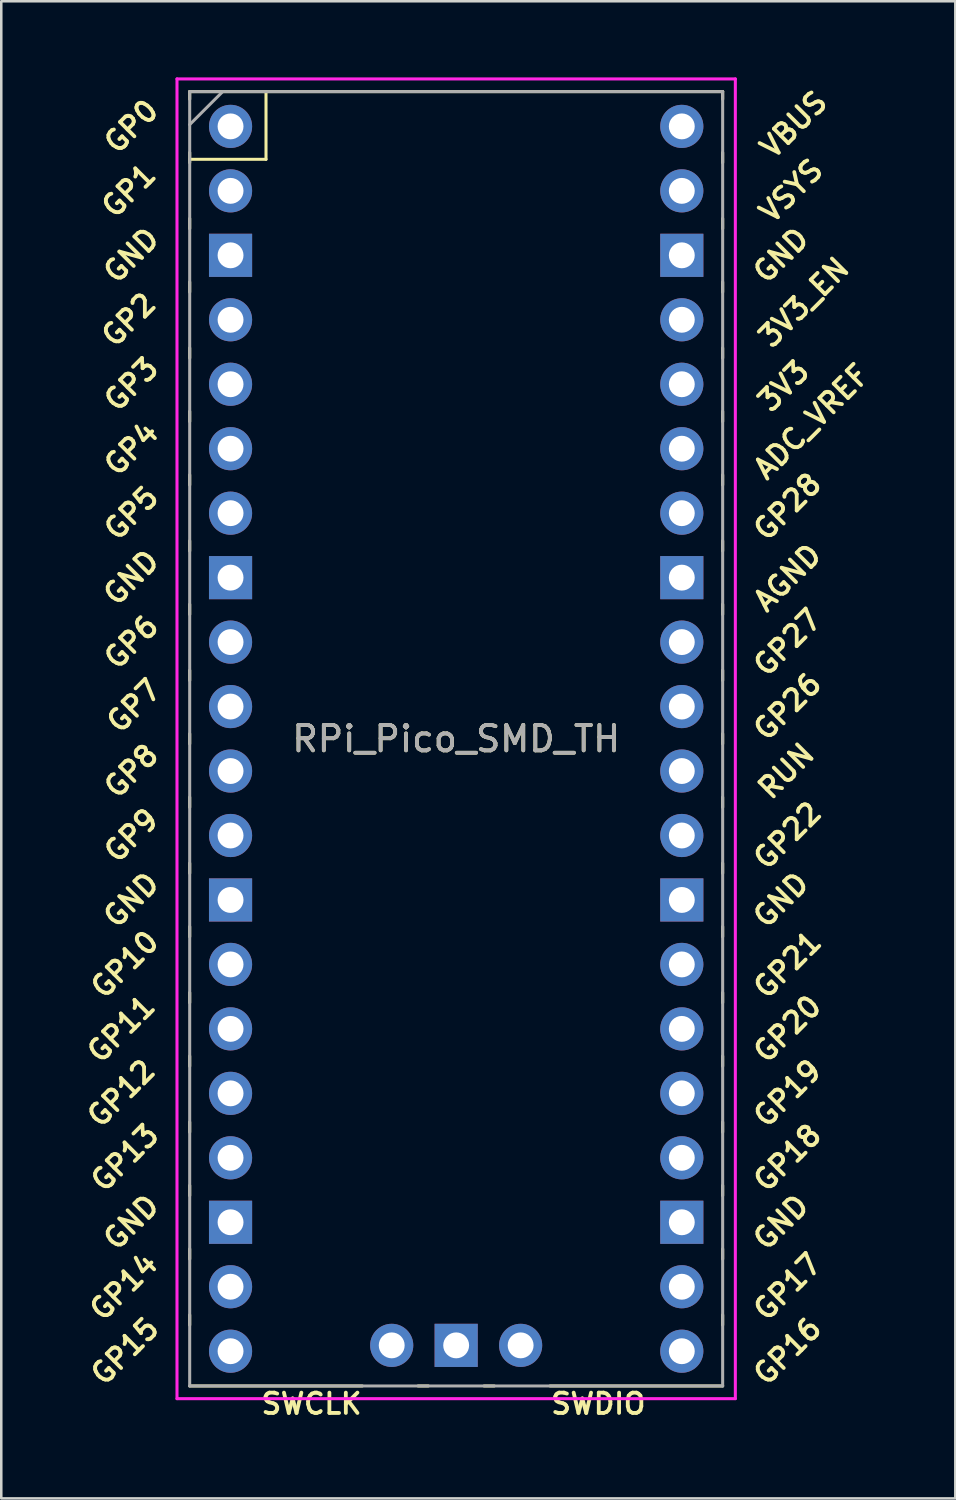
<source format=kicad_pcb>
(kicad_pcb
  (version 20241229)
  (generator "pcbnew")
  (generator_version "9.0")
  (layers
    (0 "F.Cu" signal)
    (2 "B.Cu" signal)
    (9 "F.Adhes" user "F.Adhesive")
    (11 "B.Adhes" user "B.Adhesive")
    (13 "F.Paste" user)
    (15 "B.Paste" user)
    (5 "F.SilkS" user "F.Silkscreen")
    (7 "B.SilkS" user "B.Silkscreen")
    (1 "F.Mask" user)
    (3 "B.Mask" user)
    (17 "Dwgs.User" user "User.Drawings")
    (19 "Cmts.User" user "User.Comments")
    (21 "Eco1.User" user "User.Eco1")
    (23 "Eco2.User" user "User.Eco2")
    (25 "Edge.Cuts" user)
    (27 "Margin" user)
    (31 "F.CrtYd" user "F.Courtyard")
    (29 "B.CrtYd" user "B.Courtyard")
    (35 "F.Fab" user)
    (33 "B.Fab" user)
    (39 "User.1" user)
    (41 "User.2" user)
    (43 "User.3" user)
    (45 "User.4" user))
  (footprint "RPi_Pico_SMD_TH"
    (layer "F.Cu")
    (at 14.924 26.06)
    (property "Reference" "RPi_Pico_SMD_TH" (at 0 0 0) (layer "F.SilkS") (effects (font (size 1 1) (thickness 0.15))))
    (attr through_hole)
    (fp_line (start -10.5 -25.5) (end -10.5 -25.2) (stroke (width 0.12) (type solid)) (layer "F.SilkS"))
    (fp_line (start -10.5 -25.5) (end 10.5 -25.5) (stroke (width 0.12) (type solid)) (layer "F.SilkS"))
    (fp_line (start -10.5 -23.1) (end -10.5 -22.7) (stroke (width 0.12) (type solid)) (layer "F.SilkS"))
    (fp_line (start -10.5 -22.833) (end -7.493 -22.833) (stroke (width 0.12) (type solid)) (layer "F.SilkS"))
    (fp_line (start -10.5 -20.5) (end -10.5 -20.1) (stroke (width 0.12) (type solid)) (layer "F.SilkS"))
    (fp_line (start -10.5 -18) (end -10.5 -17.6) (stroke (width 0.12) (type solid)) (layer "F.SilkS"))
    (fp_line (start -10.5 -15.4) (end -10.5 -15) (stroke (width 0.12) (type solid)) (layer "F.SilkS"))
    (fp_line (start -10.5 -12.9) (end -10.5 -12.5) (stroke (width 0.12) (type solid)) (layer "F.SilkS"))
    (fp_line (start -10.5 -10.4) (end -10.5 -10) (stroke (width 0.12) (type solid)) (layer "F.SilkS"))
    (fp_line (start -10.5 -7.8) (end -10.5 -7.4) (stroke (width 0.12) (type solid)) (layer "F.SilkS"))
    (fp_line (start -10.5 -5.3) (end -10.5 -4.9) (stroke (width 0.12) (type solid)) (layer "F.SilkS"))
    (fp_line (start -10.5 -2.7) (end -10.5 -2.3) (stroke (width 0.12) (type solid)) (layer "F.SilkS"))
    (fp_line (start -10.5 -0.2) (end -10.5 0.2) (stroke (width 0.12) (type solid)) (layer "F.SilkS"))
    (fp_line (start -10.5 2.3) (end -10.5 2.7) (stroke (width 0.12) (type solid)) (layer "F.SilkS"))
    (fp_line (start -10.5 4.9) (end -10.5 5.3) (stroke (width 0.12) (type solid)) (layer "F.SilkS"))
    (fp_line (start -10.5 7.4) (end -10.5 7.8) (stroke (width 0.12) (type solid)) (layer "F.SilkS"))
    (fp_line (start -10.5 10) (end -10.5 10.4) (stroke (width 0.12) (type solid)) (layer "F.SilkS"))
    (fp_line (start -10.5 12.5) (end -10.5 12.9) (stroke (width 0.12) (type solid)) (layer "F.SilkS"))
    (fp_line (start -10.5 15.1) (end -10.5 15.5) (stroke (width 0.12) (type solid)) (layer "F.SilkS"))
    (fp_line (start -10.5 17.6) (end -10.5 18) (stroke (width 0.12) (type solid)) (layer "F.SilkS"))
    (fp_line (start -10.5 20.1) (end -10.5 20.5) (stroke (width 0.12) (type solid)) (layer "F.SilkS"))
    (fp_line (start -10.5 22.7) (end -10.5 23.1) (stroke (width 0.12) (type solid)) (layer "F.SilkS"))
    (fp_line (start -7.493 -22.833) (end -7.493 -25.5) (stroke (width 0.12) (type solid)) (layer "F.SilkS"))
    (fp_line (start -3.7 25.5) (end -10.5 25.5) (stroke (width 0.12) (type solid)) (layer "F.SilkS"))
    (fp_line (start -1.5 25.5) (end -1.1 25.5) (stroke (width 0.12) (type solid)) (layer "F.SilkS"))
    (fp_line (start 1.1 25.5) (end 1.5 25.5) (stroke (width 0.12) (type solid)) (layer "F.SilkS"))
    (fp_line (start 10.5 -25.5) (end 10.5 -25.2) (stroke (width 0.12) (type solid)) (layer "F.SilkS"))
    (fp_line (start 10.5 -23.1) (end 10.5 -22.7) (stroke (width 0.12) (type solid)) (layer "F.SilkS"))
    (fp_line (start 10.5 -20.5) (end 10.5 -20.1) (stroke (width 0.12) (type solid)) (layer "F.SilkS"))
    (fp_line (start 10.5 -18) (end 10.5 -17.6) (stroke (width 0.12) (type solid)) (layer "F.SilkS"))
    (fp_line (start 10.5 -15.4) (end 10.5 -15) (stroke (width 0.12) (type solid)) (layer "F.SilkS"))
    (fp_line (start 10.5 -12.9) (end 10.5 -12.5) (stroke (width 0.12) (type solid)) (layer "F.SilkS"))
    (fp_line (start 10.5 -10.4) (end 10.5 -10) (stroke (width 0.12) (type solid)) (layer "F.SilkS"))
    (fp_line (start 10.5 -7.8) (end 10.5 -7.4) (stroke (width 0.12) (type solid)) (layer "F.SilkS"))
    (fp_line (start 10.5 -5.3) (end 10.5 -4.9) (stroke (width 0.12) (type solid)) (layer "F.SilkS"))
    (fp_line (start 10.5 -2.7) (end 10.5 -2.3) (stroke (width 0.12) (type solid)) (layer "F.SilkS"))
    (fp_line (start 10.5 -0.2) (end 10.5 0.2) (stroke (width 0.12) (type solid)) (layer "F.SilkS"))
    (fp_line (start 10.5 2.3) (end 10.5 2.7) (stroke (width 0.12) (type solid)) (layer "F.SilkS"))
    (fp_line (start 10.5 4.9) (end 10.5 5.3) (stroke (width 0.12) (type solid)) (layer "F.SilkS"))
    (fp_line (start 10.5 7.4) (end 10.5 7.8) (stroke (width 0.12) (type solid)) (layer "F.SilkS"))
    (fp_line (start 10.5 10) (end 10.5 10.4) (stroke (width 0.12) (type solid)) (layer "F.SilkS"))
    (fp_line (start 10.5 12.5) (end 10.5 12.9) (stroke (width 0.12) (type solid)) (layer "F.SilkS"))
    (fp_line (start 10.5 15.1) (end 10.5 15.5) (stroke (width 0.12) (type solid)) (layer "F.SilkS"))
    (fp_line (start 10.5 17.6) (end 10.5 18) (stroke (width 0.12) (type solid)) (layer "F.SilkS"))
    (fp_line (start 10.5 20.1) (end 10.5 20.5) (stroke (width 0.12) (type solid)) (layer "F.SilkS"))
    (fp_line (start 10.5 22.7) (end 10.5 23.1) (stroke (width 0.12) (type solid)) (layer "F.SilkS"))
    (fp_line (start 10.5 25.5) (end 3.7 25.5) (stroke (width 0.12) (type solid)) (layer "F.SilkS"))
    (fp_line (start -11 -26) (end 11 -26) (stroke (width 0.12) (type solid)) (layer "F.CrtYd"))
    (fp_line (start -11 26) (end -11 -26) (stroke (width 0.12) (type solid)) (layer "F.CrtYd"))
    (fp_line (start 11 -26) (end 11 26) (stroke (width 0.12) (type solid)) (layer "F.CrtYd"))
    (fp_line (start 11 26) (end -11 26) (stroke (width 0.12) (type solid)) (layer "F.CrtYd"))
    (fp_line (start -10.5 -25.5) (end 10.5 -25.5) (stroke (width 0.12) (type solid)) (layer "F.Fab"))
    (fp_line (start -10.5 -24.2) (end -9.2 -25.5) (stroke (width 0.12) (type solid)) (layer "F.Fab"))
    (fp_line (start -10.5 25.5) (end -10.5 -25.5) (stroke (width 0.12) (type solid)) (layer "F.Fab"))
    (fp_line (start 10.5 -25.5) (end 10.5 25.5) (stroke (width 0.12) (type solid)) (layer "F.Fab"))
    (fp_line (start 10.5 25.5) (end -10.5 25.5) (stroke (width 0.12) (type solid)) (layer "F.Fab"))
    (fp_text user "GND" (at 12.8 -19.05 45) (layer "F.SilkS") (effects (font (size 0.8 0.8) (thickness 0.15))))
    (fp_text user "GP21" (at 13.054 8.9 45) (layer "F.SilkS") (effects (font (size 0.8 0.8) (thickness 0.15))))
    (fp_text user "ADC_VREF" (at 14 -12.5 45) (layer "F.SilkS") (effects (font (size 0.8 0.8) (thickness 0.15))))
    (fp_text user "GP26" (at 13.054 -1.27 45) (layer "F.SilkS") (effects (font (size 0.8 0.8) (thickness 0.15))))
    (fp_text user "GP10" (at -13.054 8.89 45) (layer "F.SilkS") (effects (font (size 0.8 0.8) (thickness 0.15))))
    (fp_text user "GND" (at -12.8 19.05 45) (layer "F.SilkS") (effects (font (size 0.8 0.8) (thickness 0.15))))
    (fp_text user "VBUS" (at 13.3 -24.2 45) (layer "F.SilkS") (effects (font (size 0.8 0.8) (thickness 0.15))))
    (fp_text user "GP22" (at 13.054 3.81 45) (layer "F.SilkS") (effects (font (size 0.8 0.8) (thickness 0.15))))
    (fp_text user "AGND" (at 13.054 -6.35 45) (layer "F.SilkS") (effects (font (size 0.8 0.8) (thickness 0.15))))
    (fp_text user "GP20" (at 13.054 11.43 45) (layer "F.SilkS") (effects (font (size 0.8 0.8) (thickness 0.15))))
    (fp_text user "GND" (at 12.8 6.35 45) (layer "F.SilkS") (effects (font (size 0.8 0.8) (thickness 0.15))))
    (fp_text user "RUN" (at 13 1.27 45) (layer "F.SilkS") (effects (font (size 0.8 0.8) (thickness 0.15))))
    (fp_text user "GP2" (at -12.9 -16.51 45) (layer "F.SilkS") (effects (font (size 0.8 0.8) (thickness 0.15))))
    (fp_text user "GP15" (at -13.054 24.13 45) (layer "F.SilkS") (effects (font (size 0.8 0.8) (thickness 0.15))))
    (fp_text user "GP11" (at -13.2 11.43 45) (layer "F.SilkS") (effects (font (size 0.8 0.8) (thickness 0.15))))
    (fp_text user "GP7" (at -12.7 -1.3 45) (layer "F.SilkS") (effects (font (size 0.8 0.8) (thickness 0.15))))
    (fp_text user "3V3_EN" (at 13.7 -17.2 45) (layer "F.SilkS") (effects (font (size 0.8 0.8) (thickness 0.15))))
    (fp_text user "SWCLK" (at -5.7 26.2 0) (layer "F.SilkS") (effects (font (size 0.8 0.8) (thickness 0.15))))
    (fp_text user "GP14" (at -13.1 21.59 45) (layer "F.SilkS") (effects (font (size 0.8 0.8) (thickness 0.15))))
    (fp_text user "GP9" (at -12.8 3.81 45) (layer "F.SilkS") (effects (font (size 0.8 0.8) (thickness 0.15))))
    (fp_text user "SWDIO" (at 5.6 26.2 0) (layer "F.SilkS") (effects (font (size 0.8 0.8) (thickness 0.15))))
    (fp_text user "GP6" (at -12.8 -3.81 45) (layer "F.SilkS") (effects (font (size 0.8 0.8) (thickness 0.15))))
    (fp_text user "GP8" (at -12.8 1.27 45) (layer "F.SilkS") (effects (font (size 0.8 0.8) (thickness 0.15))))
    (fp_text user "GP17" (at 13.054 21.59 45) (layer "F.SilkS") (effects (font (size 0.8 0.8) (thickness 0.15))))
    (fp_text user "GP5" (at -12.8 -8.89 45) (layer "F.SilkS") (effects (font (size 0.8 0.8) (thickness 0.15))))
    (fp_text user "GND" (at -12.8 6.35 45) (layer "F.SilkS") (effects (font (size 0.8 0.8) (thickness 0.15))))
    (fp_text user "GND" (at -12.8 -19.05 45) (layer "F.SilkS") (effects (font (size 0.8 0.8) (thickness 0.15))))
    (fp_text user "GP27" (at 13.054 -3.8 45) (layer "F.SilkS") (effects (font (size 0.8 0.8) (thickness 0.15))))
    (fp_text user "GP0" (at -12.8 -24.13 45) (layer "F.SilkS") (effects (font (size 0.8 0.8) (thickness 0.15))))
    (fp_text user "GP1" (at -12.9 -21.6 45) (layer "F.SilkS") (effects (font (size 0.8 0.8) (thickness 0.15))))
    (fp_text user "GND" (at -12.8 -6.35 45) (layer "F.SilkS") (effects (font (size 0.8 0.8) (thickness 0.15))))
    (fp_text user "GP16" (at 13.054 24.13 45) (layer "F.SilkS") (effects (font (size 0.8 0.8) (thickness 0.15))))
    (fp_text user "GP3" (at -12.8 -13.97 45) (layer "F.SilkS") (effects (font (size 0.8 0.8) (thickness 0.15))))
    (fp_text user "GP28" (at 13.054 -9.144 45) (layer "F.SilkS") (effects (font (size 0.8 0.8) (thickness 0.15))))
    (fp_text user "VSYS" (at 13.2 -21.59 45) (layer "F.SilkS") (effects (font (size 0.8 0.8) (thickness 0.15))))
    (fp_text user "GP18" (at 13.054 16.51 45) (layer "F.SilkS") (effects (font (size 0.8 0.8) (thickness 0.15))))
    (fp_text user "GP12" (at -13.2 13.97 45) (layer "F.SilkS") (effects (font (size 0.8 0.8) (thickness 0.15))))
    (fp_text user "GP13" (at -13.054 16.51 45) (layer "F.SilkS") (effects (font (size 0.8 0.8) (thickness 0.15))))
    (fp_text user "3V3" (at 12.9 -13.9 45) (layer "F.SilkS") (effects (font (size 0.8 0.8) (thickness 0.15))))
    (fp_text user "GP4" (at -12.8 -11.43 45) (layer "F.SilkS") (effects (font (size 0.8 0.8) (thickness 0.15))))
    (fp_text user "GP19" (at 13.054 13.97 45) (layer "F.SilkS") (effects (font (size 0.8 0.8) (thickness 0.15))))
    (fp_text user "GND" (at 12.8 19.05 45) (layer "F.SilkS") (effects (font (size 0.8 0.8) (thickness 0.15))))
    (fp_text user "${REFERENCE}" (at 0 0 180) (layer "F.Fab") (effects (font (size 1 1) (thickness 0.15))))
    (pad "1" thru_hole oval (at -8.89 -24.13) (size 1.7 1.7) (drill 1.02) (layers "*.Cu" "*.Mask"))
    (pad "2" thru_hole oval (at -8.89 -21.59) (size 1.7 1.7) (drill 1.02) (layers "*.Cu" "*.Mask"))
    (pad "3" thru_hole rect (at -8.89 -19.05) (size 1.7 1.7) (drill 1.02) (layers "*.Cu" "*.Mask"))
    (pad "4" thru_hole oval (at -8.89 -16.51) (size 1.7 1.7) (drill 1.02) (layers "*.Cu" "*.Mask"))
    (pad "5" thru_hole oval (at -8.89 -13.97) (size 1.7 1.7) (drill 1.02) (layers "*.Cu" "*.Mask"))
    (pad "6" thru_hole oval (at -8.89 -11.43) (size 1.7 1.7) (drill 1.02) (layers "*.Cu" "*.Mask"))
    (pad "7" thru_hole oval (at -8.89 -8.89) (size 1.7 1.7) (drill 1.02) (layers "*.Cu" "*.Mask"))
    (pad "8" thru_hole rect (at -8.89 -6.35) (size 1.7 1.7) (drill 1.02) (layers "*.Cu" "*.Mask"))
    (pad "9" thru_hole oval (at -8.89 -3.81) (size 1.7 1.7) (drill 1.02) (layers "*.Cu" "*.Mask"))
    (pad "10" thru_hole oval (at -8.89 -1.27) (size 1.7 1.7) (drill 1.02) (layers "*.Cu" "*.Mask"))
    (pad "11" thru_hole oval (at -8.89 1.27) (size 1.7 1.7) (drill 1.02) (layers "*.Cu" "*.Mask"))
    (pad "12" thru_hole oval (at -8.89 3.81) (size 1.7 1.7) (drill 1.02) (layers "*.Cu" "*.Mask"))
    (pad "13" thru_hole rect (at -8.89 6.35) (size 1.7 1.7) (drill 1.02) (layers "*.Cu" "*.Mask"))
    (pad "14" thru_hole oval (at -8.89 8.89) (size 1.7 1.7) (drill 1.02) (layers "*.Cu" "*.Mask"))
    (pad "15" thru_hole oval (at -8.89 11.43) (size 1.7 1.7) (drill 1.02) (layers "*.Cu" "*.Mask"))
    (pad "16" thru_hole oval (at -8.89 13.97) (size 1.7 1.7) (drill 1.02) (layers "*.Cu" "*.Mask"))
    (pad "17" thru_hole oval (at -8.89 16.51) (size 1.7 1.7) (drill 1.02) (layers "*.Cu" "*.Mask"))
    (pad "18" thru_hole rect (at -8.89 19.05) (size 1.7 1.7) (drill 1.02) (layers "*.Cu" "*.Mask"))
    (pad "19" thru_hole oval (at -8.89 21.59) (size 1.7 1.7) (drill 1.02) (layers "*.Cu" "*.Mask"))
    (pad "20" thru_hole oval (at -8.89 24.13) (size 1.7 1.7) (drill 1.02) (layers "*.Cu" "*.Mask"))
    (pad "21" thru_hole oval (at 8.89 24.13) (size 1.7 1.7) (drill 1.02) (layers "*.Cu" "*.Mask"))
    (pad "22" thru_hole oval (at 8.89 21.59) (size 1.7 1.7) (drill 1.02) (layers "*.Cu" "*.Mask"))
    (pad "23" thru_hole rect (at 8.89 19.05) (size 1.7 1.7) (drill 1.02) (layers "*.Cu" "*.Mask"))
    (pad "24" thru_hole oval (at 8.89 16.51) (size 1.7 1.7) (drill 1.02) (layers "*.Cu" "*.Mask"))
    (pad "25" thru_hole oval (at 8.89 13.97) (size 1.7 1.7) (drill 1.02) (layers "*.Cu" "*.Mask"))
    (pad "26" thru_hole oval (at 8.89 11.43) (size 1.7 1.7) (drill 1.02) (layers "*.Cu" "*.Mask"))
    (pad "27" thru_hole oval (at 8.89 8.89) (size 1.7 1.7) (drill 1.02) (layers "*.Cu" "*.Mask"))
    (pad "28" thru_hole rect (at 8.89 6.35) (size 1.7 1.7) (drill 1.02) (layers "*.Cu" "*.Mask"))
    (pad "29" thru_hole oval (at 8.89 3.81) (size 1.7 1.7) (drill 1.02) (layers "*.Cu" "*.Mask"))
    (pad "30" thru_hole oval (at 8.89 1.27) (size 1.7 1.7) (drill 1.02) (layers "*.Cu" "*.Mask"))
    (pad "31" thru_hole oval (at 8.89 -1.27) (size 1.7 1.7) (drill 1.02) (layers "*.Cu" "*.Mask"))
    (pad "32" thru_hole oval (at 8.89 -3.81) (size 1.7 1.7) (drill 1.02) (layers "*.Cu" "*.Mask"))
    (pad "33" thru_hole rect (at 8.89 -6.35) (size 1.7 1.7) (drill 1.02) (layers "*.Cu" "*.Mask"))
    (pad "34" thru_hole oval (at 8.89 -8.89) (size 1.7 1.7) (drill 1.02) (layers "*.Cu" "*.Mask"))
    (pad "35" thru_hole oval (at 8.89 -11.43) (size 1.7 1.7) (drill 1.02) (layers "*.Cu" "*.Mask"))
    (pad "36" thru_hole oval (at 8.89 -13.97) (size 1.7 1.7) (drill 1.02) (layers "*.Cu" "*.Mask"))
    (pad "37" thru_hole oval (at 8.89 -16.51) (size 1.7 1.7) (drill 1.02) (layers "*.Cu" "*.Mask"))
    (pad "38" thru_hole rect (at 8.89 -19.05) (size 1.7 1.7) (drill 1.02) (layers "*.Cu" "*.Mask"))
    (pad "39" thru_hole oval (at 8.89 -21.59) (size 1.7 1.7) (drill 1.02) (layers "*.Cu" "*.Mask"))
    (pad "40" thru_hole oval (at 8.89 -24.13) (size 1.7 1.7) (drill 1.02) (layers "*.Cu" "*.Mask"))
    (pad "41" thru_hole oval (at -2.54 23.9) (size 1.7 1.7) (drill 1.02) (layers "*.Cu" "*.Mask"))
    (pad "42" thru_hole rect (at 0 23.9) (size 1.7 1.7) (drill 1.02) (layers "*.Cu" "*.Mask"))
    (pad "43" thru_hole oval (at 2.54 23.9) (size 1.7 1.7) (drill 1.02) (layers "*.Cu" "*.Mask")))
  (gr_rect
    (start -3 -3)
    (end 34.591 55.991)
    (stroke (width 0.1) (type default))
    (fill no)
    (layer "Edge.Cuts")))
</source>
